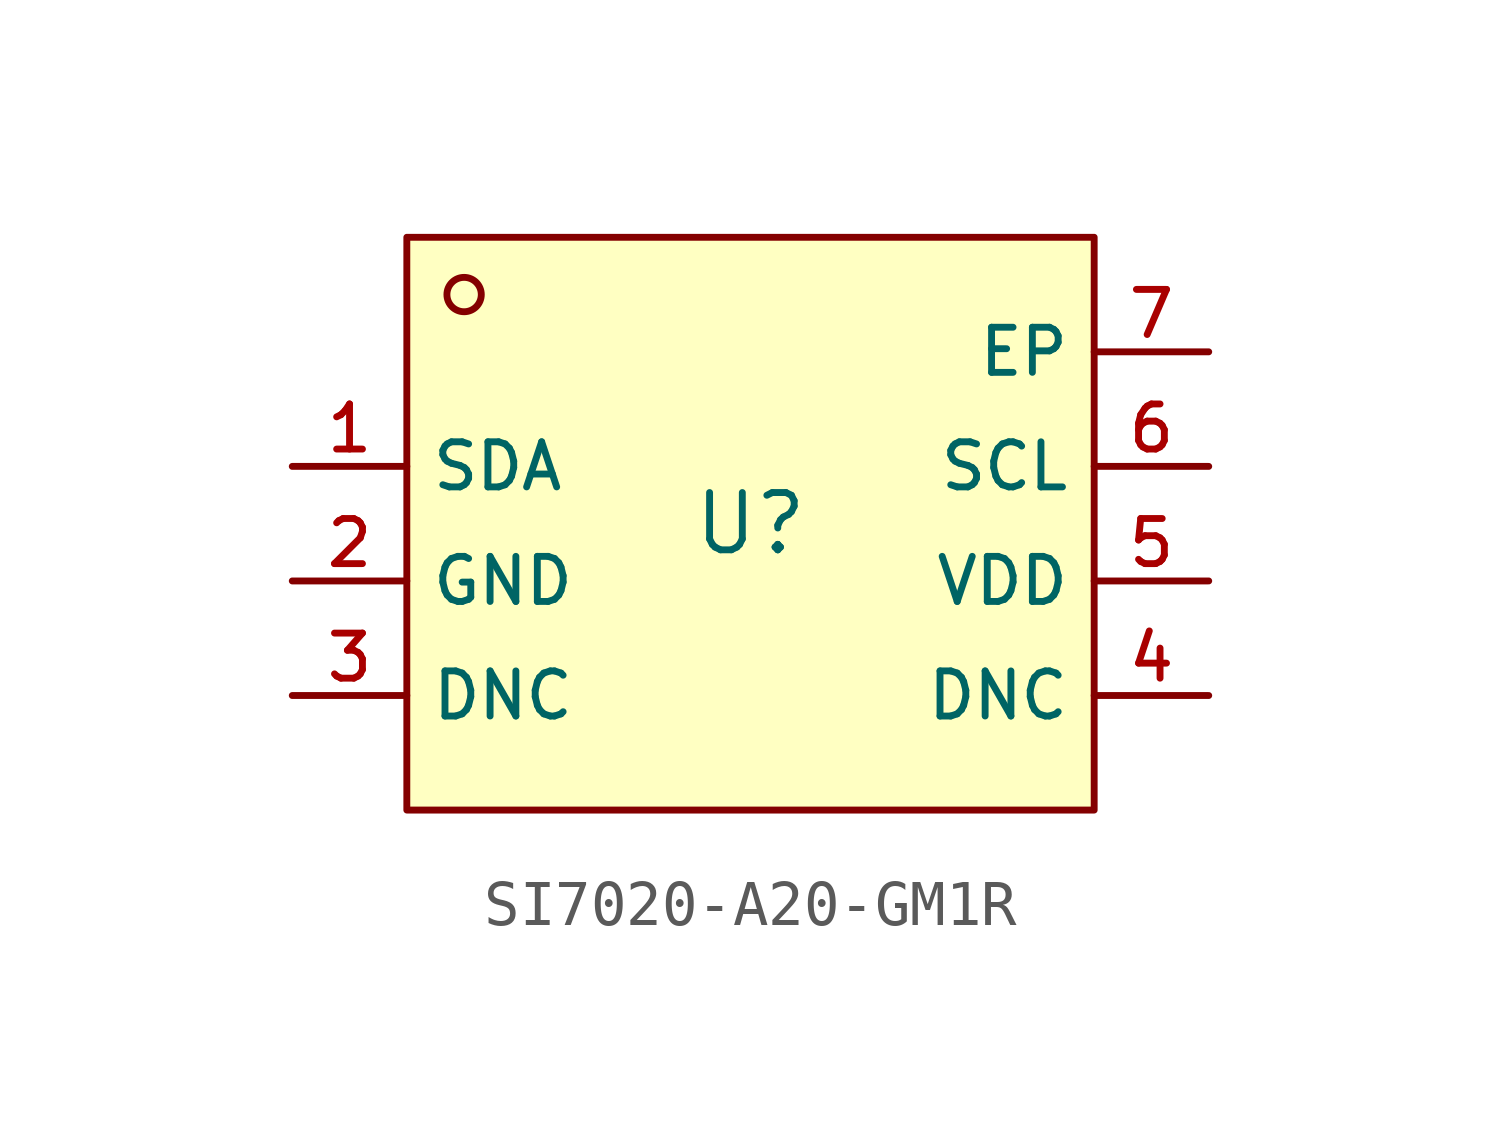
<source format=kicad_sym>
(kicad_symbol_lib
  (version 20210201)
  (generator TousstNicolas/JLC2KiCad_lib)
  (symbol "SI7020-A20-GM1R"
    (property "Reference" "U"
      (at 0 1.27 0)
      (effects (font (size 1.27 1.27))))
    (symbol "SI7020-A20-GM1R_0_1"
      (rectangle (start -7.62 7.62) (end 7.62 -5.08) (stroke (width 0) (type default) (color 0 0 0 0)) (fill (type background)))
      (circle (center -6.35 6.35) (radius 0.381) (stroke (width 0) (type default) (color 0 0 0 0)) (fill (type background)))
      (pin unspecified line (at -10.16 2.54 0) (length 2.54) (name "SDA" (effects (font (size 1 1)))) (number "1" (effects (font (size 1 1)))))
      (pin unspecified line (at -10.16 -0.0 0) (length 2.54) (name "GND" (effects (font (size 1 1)))) (number "2" (effects (font (size 1 1)))))
      (pin unspecified line (at -10.16 -2.54 0) (length 2.54) (name "DNC" (effects (font (size 1 1)))) (number "3" (effects (font (size 1 1)))))
      (pin unspecified line (at 10.16 -2.54 180) (length 2.54) (name "DNC" (effects (font (size 1 1)))) (number "4" (effects (font (size 1 1)))))
      (pin unspecified line (at 10.16 -0.0 180) (length 2.54) (name "VDD" (effects (font (size 1 1)))) (number "5" (effects (font (size 1 1)))))
      (pin unspecified line (at 10.16 2.54 180) (length 2.54) (name "SCL" (effects (font (size 1 1)))) (number "6" (effects (font (size 1 1)))))
      (pin unspecified line (at 10.16 5.08 180) (length 2.54) (name "EP" (effects (font (size 1 1)))) (number "7" (effects (font (size 1 1))))))))
</source>
